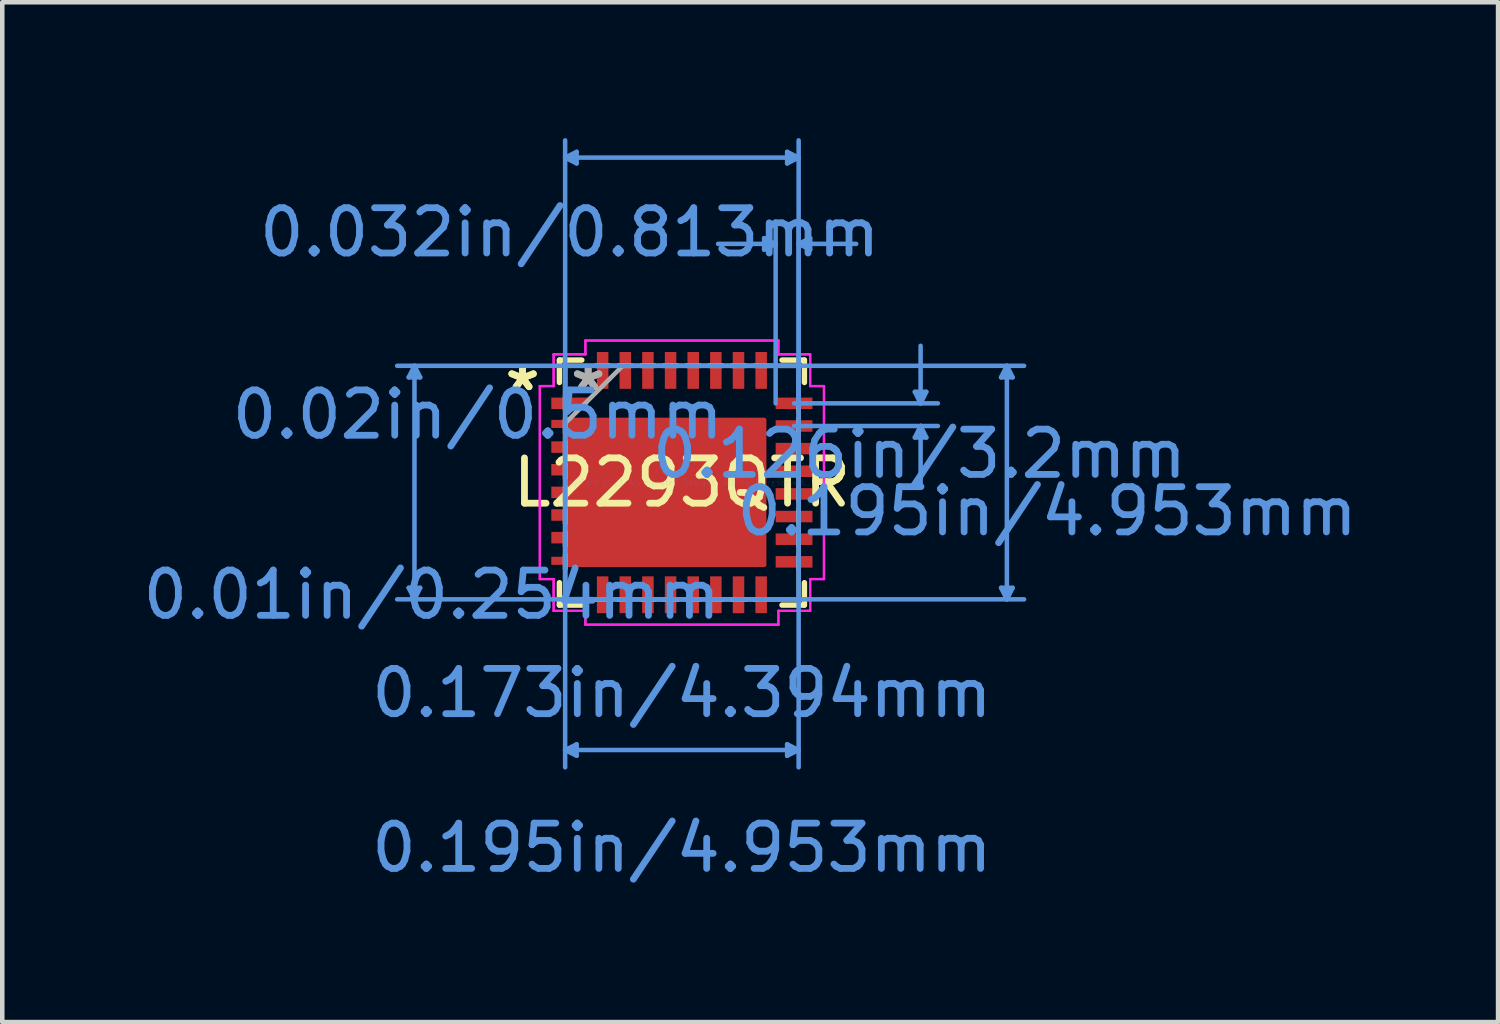
<source format=kicad_pcb>
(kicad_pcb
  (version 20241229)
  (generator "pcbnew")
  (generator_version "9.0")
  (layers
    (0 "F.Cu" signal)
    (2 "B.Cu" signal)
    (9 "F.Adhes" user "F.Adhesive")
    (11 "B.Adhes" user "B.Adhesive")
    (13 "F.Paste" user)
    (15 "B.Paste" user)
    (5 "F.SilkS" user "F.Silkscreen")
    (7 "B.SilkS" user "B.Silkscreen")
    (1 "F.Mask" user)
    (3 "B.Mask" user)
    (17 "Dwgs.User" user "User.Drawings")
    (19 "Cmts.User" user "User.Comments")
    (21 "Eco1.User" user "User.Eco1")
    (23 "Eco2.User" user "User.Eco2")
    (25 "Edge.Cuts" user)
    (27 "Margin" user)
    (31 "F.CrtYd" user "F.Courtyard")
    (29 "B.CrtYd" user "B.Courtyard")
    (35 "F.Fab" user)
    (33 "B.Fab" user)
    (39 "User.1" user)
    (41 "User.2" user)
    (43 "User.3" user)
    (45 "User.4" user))
  (footprint "L2293QTR"
    (layer "F.Cu")
    (at 12.007 7.606)
    (property "Reference" "L2293QTR" (at 0 0 0) (layer "F.SilkS") (effects (font (size 1 1) (thickness 0.15))))
    (attr through_hole)
    (fp_poly (pts (xy 1.816 -1.384) (xy 1.816 1.816) (xy -2.578 1.816) (xy -2.578 -1.384)) (stroke (width 0.1) (type solid)) (fill yes) (layer "F.Cu"))
    (fp_poly (pts (xy 1.816 -1.384) (xy 1.816 1.816) (xy -2.578 1.816) (xy -2.578 -1.384)) (stroke (width 0.1) (type solid)) (fill yes) (layer "F.Mask"))
    (fp_line (start -2.705 -2.705) (end -2.705 -2.21) (stroke (width 0.12) (type solid)) (layer "F.SilkS"))
    (fp_line (start -2.705 2.21) (end -2.705 2.705) (stroke (width 0.12) (type solid)) (layer "F.SilkS"))
    (fp_line (start -2.705 2.705) (end -2.21 2.705) (stroke (width 0.12) (type solid)) (layer "F.SilkS"))
    (fp_line (start -2.21 -2.705) (end -2.705 -2.705) (stroke (width 0.12) (type solid)) (layer "F.SilkS"))
    (fp_line (start 2.21 2.705) (end 2.705 2.705) (stroke (width 0.12) (type solid)) (layer "F.SilkS"))
    (fp_line (start 2.705 -2.705) (end 2.21 -2.705) (stroke (width 0.12) (type solid)) (layer "F.SilkS"))
    (fp_line (start 2.705 -2.21) (end 2.705 -2.705) (stroke (width 0.12) (type solid)) (layer "F.SilkS"))
    (fp_line (start 2.705 2.705) (end 2.705 2.21) (stroke (width 0.12) (type solid)) (layer "F.SilkS"))
    (fp_poly (pts (xy 1.816 -1.384) (xy 1.816 1.816) (xy -2.578 1.816) (xy -2.578 -1.384)) (stroke (width 0.1) (type solid)) (fill yes) (layer "F.Paste"))
    (fp_line (start -6.032 -2.324) (end -5.779 -2.324) (stroke (width 0.1) (type solid)) (layer "Cmts.User"))
    (fp_line (start -6.032 2.324) (end -5.779 2.324) (stroke (width 0.1) (type solid)) (layer "Cmts.User"))
    (fp_line (start -5.905 -2.578) (end -6.032 -2.324) (stroke (width 0.1) (type solid)) (layer "Cmts.User"))
    (fp_line (start -5.905 -2.578) (end -5.905 2.578) (stroke (width 0.1) (type solid)) (layer "Cmts.User"))
    (fp_line (start -5.905 -2.578) (end -5.779 -2.324) (stroke (width 0.1) (type solid)) (layer "Cmts.User"))
    (fp_line (start -5.905 2.578) (end -6.032 2.324) (stroke (width 0.1) (type solid)) (layer "Cmts.User"))
    (fp_line (start -5.905 2.578) (end -5.779 2.324) (stroke (width 0.1) (type solid)) (layer "Cmts.User"))
    (fp_line (start -2.578 -7.176) (end -2.324 -7.303) (stroke (width 0.1) (type solid)) (layer "Cmts.User"))
    (fp_line (start -2.578 -7.176) (end -2.324 -7.048) (stroke (width 0.1) (type solid)) (layer "Cmts.User"))
    (fp_line (start -2.578 -7.176) (end 2.578 -7.176) (stroke (width 0.1) (type solid)) (layer "Cmts.User"))
    (fp_line (start -2.578 -2.578) (end -2.578 6.287) (stroke (width 0.1) (type solid)) (layer "Cmts.User"))
    (fp_line (start -2.578 -1.75) (end -2.578 -7.556) (stroke (width 0.1) (type solid)) (layer "Cmts.User"))
    (fp_line (start -2.578 5.905) (end -2.324 5.779) (stroke (width 0.1) (type solid)) (layer "Cmts.User"))
    (fp_line (start -2.578 5.905) (end -2.324 6.032) (stroke (width 0.1) (type solid)) (layer "Cmts.User"))
    (fp_line (start -2.578 5.905) (end 2.578 5.905) (stroke (width 0.1) (type solid)) (layer "Cmts.User"))
    (fp_line (start -2.324 -7.303) (end -2.324 -7.048) (stroke (width 0.1) (type solid)) (layer "Cmts.User"))
    (fp_line (start -2.324 5.779) (end -2.324 6.032) (stroke (width 0.1) (type solid)) (layer "Cmts.User"))
    (fp_line (start 1.75 -2.578) (end 7.556 -2.578) (stroke (width 0.1) (type solid)) (layer "Cmts.User"))
    (fp_line (start 1.75 2.578) (end 7.556 2.578) (stroke (width 0.1) (type solid)) (layer "Cmts.User"))
    (fp_line (start 1.816 -5.397) (end 1.816 -5.144) (stroke (width 0.1) (type solid)) (layer "Cmts.User"))
    (fp_line (start 2.07 -5.271) (end 0.8 -5.271) (stroke (width 0.1) (type solid)) (layer "Cmts.User"))
    (fp_line (start 2.07 -5.271) (end 1.816 -5.397) (stroke (width 0.1) (type solid)) (layer "Cmts.User"))
    (fp_line (start 2.07 -5.271) (end 1.816 -5.144) (stroke (width 0.1) (type solid)) (layer "Cmts.User"))
    (fp_line (start 2.07 -1.75) (end 2.07 -5.652) (stroke (width 0.1) (type solid)) (layer "Cmts.User"))
    (fp_line (start 2.324 -7.303) (end 2.324 -7.048) (stroke (width 0.1) (type solid)) (layer "Cmts.User"))
    (fp_line (start 2.324 5.779) (end 2.324 6.032) (stroke (width 0.1) (type solid)) (layer "Cmts.User"))
    (fp_line (start 2.477 -1.75) (end 5.652 -1.75) (stroke (width 0.1) (type solid)) (layer "Cmts.User"))
    (fp_line (start 2.477 -1.25) (end 5.652 -1.25) (stroke (width 0.1) (type solid)) (layer "Cmts.User"))
    (fp_line (start 2.578 -7.176) (end 2.324 -7.303) (stroke (width 0.1) (type solid)) (layer "Cmts.User"))
    (fp_line (start 2.578 -7.176) (end 2.324 -7.048) (stroke (width 0.1) (type solid)) (layer "Cmts.User"))
    (fp_line (start 2.578 -5.271) (end 2.832 -5.397) (stroke (width 0.1) (type solid)) (layer "Cmts.User"))
    (fp_line (start 2.578 -5.271) (end 2.832 -5.144) (stroke (width 0.1) (type solid)) (layer "Cmts.User"))
    (fp_line (start 2.578 -5.271) (end 3.848 -5.271) (stroke (width 0.1) (type solid)) (layer "Cmts.User"))
    (fp_line (start 2.578 -2.578) (end -6.287 -2.578) (stroke (width 0.1) (type solid)) (layer "Cmts.User"))
    (fp_line (start 2.578 -2.578) (end 2.578 6.287) (stroke (width 0.1) (type solid)) (layer "Cmts.User"))
    (fp_line (start 2.578 -1.75) (end 2.578 -7.556) (stroke (width 0.1) (type solid)) (layer "Cmts.User"))
    (fp_line (start 2.578 -1.75) (end 2.578 -5.652) (stroke (width 0.1) (type solid)) (layer "Cmts.User"))
    (fp_line (start 2.578 2.578) (end -6.287 2.578) (stroke (width 0.1) (type solid)) (layer "Cmts.User"))
    (fp_line (start 2.578 5.905) (end 2.324 5.779) (stroke (width 0.1) (type solid)) (layer "Cmts.User"))
    (fp_line (start 2.578 5.905) (end 2.324 6.032) (stroke (width 0.1) (type solid)) (layer "Cmts.User"))
    (fp_line (start 2.832 -5.397) (end 2.832 -5.144) (stroke (width 0.1) (type solid)) (layer "Cmts.User"))
    (fp_line (start 5.144 -2.004) (end 5.397 -2.004) (stroke (width 0.1) (type solid)) (layer "Cmts.User"))
    (fp_line (start 5.144 -0.996) (end 5.397 -0.996) (stroke (width 0.1) (type solid)) (layer "Cmts.User"))
    (fp_line (start 5.271 -1.75) (end 5.144 -2.004) (stroke (width 0.1) (type solid)) (layer "Cmts.User"))
    (fp_line (start 5.271 -1.75) (end 5.271 -3.02) (stroke (width 0.1) (type solid)) (layer "Cmts.User"))
    (fp_line (start 5.271 -1.75) (end 5.397 -2.004) (stroke (width 0.1) (type solid)) (layer "Cmts.User"))
    (fp_line (start 5.271 -1.25) (end 5.144 -0.996) (stroke (width 0.1) (type solid)) (layer "Cmts.User"))
    (fp_line (start 5.271 -1.25) (end 5.271 0.02) (stroke (width 0.1) (type solid)) (layer "Cmts.User"))
    (fp_line (start 5.271 -1.25) (end 5.397 -0.996) (stroke (width 0.1) (type solid)) (layer "Cmts.User"))
    (fp_line (start 7.048 -2.324) (end 7.303 -2.324) (stroke (width 0.1) (type solid)) (layer "Cmts.User"))
    (fp_line (start 7.048 2.324) (end 7.303 2.324) (stroke (width 0.1) (type solid)) (layer "Cmts.User"))
    (fp_line (start 7.176 -2.578) (end 7.048 -2.324) (stroke (width 0.1) (type solid)) (layer "Cmts.User"))
    (fp_line (start 7.176 -2.578) (end 7.176 2.578) (stroke (width 0.1) (type solid)) (layer "Cmts.User"))
    (fp_line (start 7.176 -2.578) (end 7.303 -2.324) (stroke (width 0.1) (type solid)) (layer "Cmts.User"))
    (fp_line (start 7.176 2.578) (end 7.048 2.324) (stroke (width 0.1) (type solid)) (layer "Cmts.User"))
    (fp_line (start 7.176 2.578) (end 7.303 2.324) (stroke (width 0.1) (type solid)) (layer "Cmts.User"))
    (fp_line (start -3.137 -2.131) (end -2.832 -2.131) (stroke (width 0.05) (type solid)) (layer "F.CrtYd"))
    (fp_line (start -3.137 -2.131) (end -2.832 -2.131) (stroke (width 0.05) (type solid)) (layer "F.CrtYd"))
    (fp_line (start -3.137 2.131) (end -3.137 -2.131) (stroke (width 0.05) (type solid)) (layer "F.CrtYd"))
    (fp_line (start -3.137 2.131) (end -3.137 -2.131) (stroke (width 0.05) (type solid)) (layer "F.CrtYd"))
    (fp_line (start -2.832 -2.832) (end -2.131 -2.832) (stroke (width 0.05) (type solid)) (layer "F.CrtYd"))
    (fp_line (start -2.832 -2.832) (end -2.131 -2.832) (stroke (width 0.05) (type solid)) (layer "F.CrtYd"))
    (fp_line (start -2.832 -2.131) (end -2.832 -2.832) (stroke (width 0.05) (type solid)) (layer "F.CrtYd"))
    (fp_line (start -2.832 -2.131) (end -2.832 -2.832) (stroke (width 0.05) (type solid)) (layer "F.CrtYd"))
    (fp_line (start -2.832 2.131) (end -3.137 2.131) (stroke (width 0.05) (type solid)) (layer "F.CrtYd"))
    (fp_line (start -2.832 2.131) (end -3.137 2.131) (stroke (width 0.05) (type solid)) (layer "F.CrtYd"))
    (fp_line (start -2.832 2.832) (end -2.832 2.131) (stroke (width 0.05) (type solid)) (layer "F.CrtYd"))
    (fp_line (start -2.832 2.832) (end -2.832 2.131) (stroke (width 0.05) (type solid)) (layer "F.CrtYd"))
    (fp_line (start -2.131 -3.137) (end 2.131 -3.137) (stroke (width 0.05) (type solid)) (layer "F.CrtYd"))
    (fp_line (start -2.131 -3.137) (end 2.131 -3.137) (stroke (width 0.05) (type solid)) (layer "F.CrtYd"))
    (fp_line (start -2.131 -2.832) (end -2.131 -3.137) (stroke (width 0.05) (type solid)) (layer "F.CrtYd"))
    (fp_line (start -2.131 -2.832) (end -2.131 -3.137) (stroke (width 0.05) (type solid)) (layer "F.CrtYd"))
    (fp_line (start -2.131 2.832) (end -2.832 2.832) (stroke (width 0.05) (type solid)) (layer "F.CrtYd"))
    (fp_line (start -2.131 2.832) (end -2.832 2.832) (stroke (width 0.05) (type solid)) (layer "F.CrtYd"))
    (fp_line (start -2.131 3.137) (end -2.131 2.832) (stroke (width 0.05) (type solid)) (layer "F.CrtYd"))
    (fp_line (start -2.131 3.137) (end -2.131 2.832) (stroke (width 0.05) (type solid)) (layer "F.CrtYd"))
    (fp_line (start 2.131 -3.137) (end 2.131 -2.832) (stroke (width 0.05) (type solid)) (layer "F.CrtYd"))
    (fp_line (start 2.131 -3.137) (end 2.131 -2.832) (stroke (width 0.05) (type solid)) (layer "F.CrtYd"))
    (fp_line (start 2.131 -2.832) (end 2.832 -2.832) (stroke (width 0.05) (type solid)) (layer "F.CrtYd"))
    (fp_line (start 2.131 -2.832) (end 2.832 -2.832) (stroke (width 0.05) (type solid)) (layer "F.CrtYd"))
    (fp_line (start 2.131 2.832) (end 2.131 3.137) (stroke (width 0.05) (type solid)) (layer "F.CrtYd"))
    (fp_line (start 2.131 2.832) (end 2.131 3.137) (stroke (width 0.05) (type solid)) (layer "F.CrtYd"))
    (fp_line (start 2.131 3.137) (end -2.131 3.137) (stroke (width 0.05) (type solid)) (layer "F.CrtYd"))
    (fp_line (start 2.131 3.137) (end -2.131 3.137) (stroke (width 0.05) (type solid)) (layer "F.CrtYd"))
    (fp_line (start 2.832 -2.832) (end 2.832 -2.131) (stroke (width 0.05) (type solid)) (layer "F.CrtYd"))
    (fp_line (start 2.832 -2.832) (end 2.832 -2.131) (stroke (width 0.05) (type solid)) (layer "F.CrtYd"))
    (fp_line (start 2.832 -2.131) (end 3.137 -2.131) (stroke (width 0.05) (type solid)) (layer "F.CrtYd"))
    (fp_line (start 2.832 -2.131) (end 3.137 -2.131) (stroke (width 0.05) (type solid)) (layer "F.CrtYd"))
    (fp_line (start 2.832 2.131) (end 2.832 2.832) (stroke (width 0.05) (type solid)) (layer "F.CrtYd"))
    (fp_line (start 2.832 2.131) (end 2.832 2.832) (stroke (width 0.05) (type solid)) (layer "F.CrtYd"))
    (fp_line (start 2.832 2.832) (end 2.131 2.832) (stroke (width 0.05) (type solid)) (layer "F.CrtYd"))
    (fp_line (start 2.832 2.832) (end 2.131 2.832) (stroke (width 0.05) (type solid)) (layer "F.CrtYd"))
    (fp_line (start 3.137 -2.131) (end 3.137 2.131) (stroke (width 0.05) (type solid)) (layer "F.CrtYd"))
    (fp_line (start 3.137 -2.131) (end 3.137 2.131) (stroke (width 0.05) (type solid)) (layer "F.CrtYd"))
    (fp_line (start 3.137 2.131) (end 2.832 2.131) (stroke (width 0.05) (type solid)) (layer "F.CrtYd"))
    (fp_line (start 3.137 2.131) (end 2.832 2.131) (stroke (width 0.05) (type solid)) (layer "F.CrtYd"))
    (fp_line (start -2.578 -2.578) (end -2.578 -2.578) (stroke (width 0.1) (type solid)) (layer "F.Fab"))
    (fp_line (start -2.578 -2.578) (end -2.578 2.578) (stroke (width 0.1) (type solid)) (layer "F.Fab"))
    (fp_line (start -2.578 -1.902) (end -2.578 -1.902) (stroke (width 0.1) (type solid)) (layer "F.Fab"))
    (fp_line (start -2.578 -1.902) (end -2.578 -1.598) (stroke (width 0.1) (type solid)) (layer "F.Fab"))
    (fp_line (start -2.578 -1.598) (end -2.578 -1.902) (stroke (width 0.1) (type solid)) (layer "F.Fab"))
    (fp_line (start -2.578 -1.598) (end -2.578 -1.598) (stroke (width 0.1) (type solid)) (layer "F.Fab"))
    (fp_line (start -2.578 -1.402) (end -2.578 -1.402) (stroke (width 0.1) (type solid)) (layer "F.Fab"))
    (fp_line (start -2.578 -1.402) (end -2.578 -1.098) (stroke (width 0.1) (type solid)) (layer "F.Fab"))
    (fp_line (start -2.578 -1.308) (end -1.308 -2.578) (stroke (width 0.1) (type solid)) (layer "F.Fab"))
    (fp_line (start -2.578 -1.098) (end -2.578 -1.402) (stroke (width 0.1) (type solid)) (layer "F.Fab"))
    (fp_line (start -2.578 -1.098) (end -2.578 -1.098) (stroke (width 0.1) (type solid)) (layer "F.Fab"))
    (fp_line (start -2.578 -0.902) (end -2.578 -0.902) (stroke (width 0.1) (type solid)) (layer "F.Fab"))
    (fp_line (start -2.578 -0.902) (end -2.578 -0.598) (stroke (width 0.1) (type solid)) (layer "F.Fab"))
    (fp_line (start -2.578 -0.598) (end -2.578 -0.902) (stroke (width 0.1) (type solid)) (layer "F.Fab"))
    (fp_line (start -2.578 -0.598) (end -2.578 -0.598) (stroke (width 0.1) (type solid)) (layer "F.Fab"))
    (fp_line (start -2.578 -0.402) (end -2.578 -0.402) (stroke (width 0.1) (type solid)) (layer "F.Fab"))
    (fp_line (start -2.578 -0.402) (end -2.578 -0.098) (stroke (width 0.1) (type solid)) (layer "F.Fab"))
    (fp_line (start -2.578 -0.098) (end -2.578 -0.402) (stroke (width 0.1) (type solid)) (layer "F.Fab"))
    (fp_line (start -2.578 -0.098) (end -2.578 -0.098) (stroke (width 0.1) (type solid)) (layer "F.Fab"))
    (fp_line (start -2.578 0.098) (end -2.578 0.098) (stroke (width 0.1) (type solid)) (layer "F.Fab"))
    (fp_line (start -2.578 0.098) (end -2.578 0.402) (stroke (width 0.1) (type solid)) (layer "F.Fab"))
    (fp_line (start -2.578 0.402) (end -2.578 0.098) (stroke (width 0.1) (type solid)) (layer "F.Fab"))
    (fp_line (start -2.578 0.402) (end -2.578 0.402) (stroke (width 0.1) (type solid)) (layer "F.Fab"))
    (fp_line (start -2.578 0.598) (end -2.578 0.598) (stroke (width 0.1) (type solid)) (layer "F.Fab"))
    (fp_line (start -2.578 0.598) (end -2.578 0.902) (stroke (width 0.1) (type solid)) (layer "F.Fab"))
    (fp_line (start -2.578 0.902) (end -2.578 0.598) (stroke (width 0.1) (type solid)) (layer "F.Fab"))
    (fp_line (start -2.578 0.902) (end -2.578 0.902) (stroke (width 0.1) (type solid)) (layer "F.Fab"))
    (fp_line (start -2.578 1.098) (end -2.578 1.098) (stroke (width 0.1) (type solid)) (layer "F.Fab"))
    (fp_line (start -2.578 1.098) (end -2.578 1.402) (stroke (width 0.1) (type solid)) (layer "F.Fab"))
    (fp_line (start -2.578 1.402) (end -2.578 1.098) (stroke (width 0.1) (type solid)) (layer "F.Fab"))
    (fp_line (start -2.578 1.402) (end -2.578 1.402) (stroke (width 0.1) (type solid)) (layer "F.Fab"))
    (fp_line (start -2.578 1.598) (end -2.578 1.598) (stroke (width 0.1) (type solid)) (layer "F.Fab"))
    (fp_line (start -2.578 1.598) (end -2.578 1.902) (stroke (width 0.1) (type solid)) (layer "F.Fab"))
    (fp_line (start -2.578 1.902) (end -2.578 1.598) (stroke (width 0.1) (type solid)) (layer "F.Fab"))
    (fp_line (start -2.578 1.902) (end -2.578 1.902) (stroke (width 0.1) (type solid)) (layer "F.Fab"))
    (fp_line (start -2.578 2.578) (end -2.578 2.578) (stroke (width 0.1) (type solid)) (layer "F.Fab"))
    (fp_line (start -2.578 2.578) (end 2.578 2.578) (stroke (width 0.1) (type solid)) (layer "F.Fab"))
    (fp_line (start -1.902 -2.578) (end -1.902 -2.578) (stroke (width 0.1) (type solid)) (layer "F.Fab"))
    (fp_line (start -1.902 -2.578) (end -1.598 -2.578) (stroke (width 0.1) (type solid)) (layer "F.Fab"))
    (fp_line (start -1.902 2.578) (end -1.902 2.578) (stroke (width 0.1) (type solid)) (layer "F.Fab"))
    (fp_line (start -1.902 2.578) (end -1.598 2.578) (stroke (width 0.1) (type solid)) (layer "F.Fab"))
    (fp_line (start -1.598 -2.578) (end -1.902 -2.578) (stroke (width 0.1) (type solid)) (layer "F.Fab"))
    (fp_line (start -1.598 -2.578) (end -1.598 -2.578) (stroke (width 0.1) (type solid)) (layer "F.Fab"))
    (fp_line (start -1.598 2.578) (end -1.902 2.578) (stroke (width 0.1) (type solid)) (layer "F.Fab"))
    (fp_line (start -1.598 2.578) (end -1.598 2.578) (stroke (width 0.1) (type solid)) (layer "F.Fab"))
    (fp_line (start -1.402 -2.578) (end -1.402 -2.578) (stroke (width 0.1) (type solid)) (layer "F.Fab"))
    (fp_line (start -1.402 -2.578) (end -1.098 -2.578) (stroke (width 0.1) (type solid)) (layer "F.Fab"))
    (fp_line (start -1.402 2.578) (end -1.402 2.578) (stroke (width 0.1) (type solid)) (layer "F.Fab"))
    (fp_line (start -1.402 2.578) (end -1.098 2.578) (stroke (width 0.1) (type solid)) (layer "F.Fab"))
    (fp_line (start -1.098 -2.578) (end -1.402 -2.578) (stroke (width 0.1) (type solid)) (layer "F.Fab"))
    (fp_line (start -1.098 -2.578) (end -1.098 -2.578) (stroke (width 0.1) (type solid)) (layer "F.Fab"))
    (fp_line (start -1.098 2.578) (end -1.402 2.578) (stroke (width 0.1) (type solid)) (layer "F.Fab"))
    (fp_line (start -1.098 2.578) (end -1.098 2.578) (stroke (width 0.1) (type solid)) (layer "F.Fab"))
    (fp_line (start -0.902 -2.578) (end -0.902 -2.578) (stroke (width 0.1) (type solid)) (layer "F.Fab"))
    (fp_line (start -0.902 -2.578) (end -0.598 -2.578) (stroke (width 0.1) (type solid)) (layer "F.Fab"))
    (fp_line (start -0.902 2.578) (end -0.902 2.578) (stroke (width 0.1) (type solid)) (layer "F.Fab"))
    (fp_line (start -0.902 2.578) (end -0.598 2.578) (stroke (width 0.1) (type solid)) (layer "F.Fab"))
    (fp_line (start -0.598 -2.578) (end -0.902 -2.578) (stroke (width 0.1) (type solid)) (layer "F.Fab"))
    (fp_line (start -0.598 -2.578) (end -0.598 -2.578) (stroke (width 0.1) (type solid)) (layer "F.Fab"))
    (fp_line (start -0.598 2.578) (end -0.902 2.578) (stroke (width 0.1) (type solid)) (layer "F.Fab"))
    (fp_line (start -0.598 2.578) (end -0.598 2.578) (stroke (width 0.1) (type solid)) (layer "F.Fab"))
    (fp_line (start -0.402 -2.578) (end -0.402 -2.578) (stroke (width 0.1) (type solid)) (layer "F.Fab"))
    (fp_line (start -0.402 -2.578) (end -0.098 -2.578) (stroke (width 0.1) (type solid)) (layer "F.Fab"))
    (fp_line (start -0.402 2.578) (end -0.402 2.578) (stroke (width 0.1) (type solid)) (layer "F.Fab"))
    (fp_line (start -0.402 2.578) (end -0.098 2.578) (stroke (width 0.1) (type solid)) (layer "F.Fab"))
    (fp_line (start -0.098 -2.578) (end -0.402 -2.578) (stroke (width 0.1) (type solid)) (layer "F.Fab"))
    (fp_line (start -0.098 -2.578) (end -0.098 -2.578) (stroke (width 0.1) (type solid)) (layer "F.Fab"))
    (fp_line (start -0.098 2.578) (end -0.402 2.578) (stroke (width 0.1) (type solid)) (layer "F.Fab"))
    (fp_line (start -0.098 2.578) (end -0.098 2.578) (stroke (width 0.1) (type solid)) (layer "F.Fab"))
    (fp_line (start 0.098 -2.578) (end 0.098 -2.578) (stroke (width 0.1) (type solid)) (layer "F.Fab"))
    (fp_line (start 0.098 -2.578) (end 0.402 -2.578) (stroke (width 0.1) (type solid)) (layer "F.Fab"))
    (fp_line (start 0.098 2.578) (end 0.098 2.578) (stroke (width 0.1) (type solid)) (layer "F.Fab"))
    (fp_line (start 0.098 2.578) (end 0.402 2.578) (stroke (width 0.1) (type solid)) (layer "F.Fab"))
    (fp_line (start 0.402 -2.578) (end 0.098 -2.578) (stroke (width 0.1) (type solid)) (layer "F.Fab"))
    (fp_line (start 0.402 -2.578) (end 0.402 -2.578) (stroke (width 0.1) (type solid)) (layer "F.Fab"))
    (fp_line (start 0.402 2.578) (end 0.098 2.578) (stroke (width 0.1) (type solid)) (layer "F.Fab"))
    (fp_line (start 0.402 2.578) (end 0.402 2.578) (stroke (width 0.1) (type solid)) (layer "F.Fab"))
    (fp_line (start 0.598 -2.578) (end 0.598 -2.578) (stroke (width 0.1) (type solid)) (layer "F.Fab"))
    (fp_line (start 0.598 -2.578) (end 0.902 -2.578) (stroke (width 0.1) (type solid)) (layer "F.Fab"))
    (fp_line (start 0.598 2.578) (end 0.598 2.578) (stroke (width 0.1) (type solid)) (layer "F.Fab"))
    (fp_line (start 0.598 2.578) (end 0.902 2.578) (stroke (width 0.1) (type solid)) (layer "F.Fab"))
    (fp_line (start 0.902 -2.578) (end 0.598 -2.578) (stroke (width 0.1) (type solid)) (layer "F.Fab"))
    (fp_line (start 0.902 -2.578) (end 0.902 -2.578) (stroke (width 0.1) (type solid)) (layer "F.Fab"))
    (fp_line (start 0.902 2.578) (end 0.598 2.578) (stroke (width 0.1) (type solid)) (layer "F.Fab"))
    (fp_line (start 0.902 2.578) (end 0.902 2.578) (stroke (width 0.1) (type solid)) (layer "F.Fab"))
    (fp_line (start 1.098 -2.578) (end 1.098 -2.578) (stroke (width 0.1) (type solid)) (layer "F.Fab"))
    (fp_line (start 1.098 -2.578) (end 1.402 -2.578) (stroke (width 0.1) (type solid)) (layer "F.Fab"))
    (fp_line (start 1.098 2.578) (end 1.098 2.578) (stroke (width 0.1) (type solid)) (layer "F.Fab"))
    (fp_line (start 1.098 2.578) (end 1.402 2.578) (stroke (width 0.1) (type solid)) (layer "F.Fab"))
    (fp_line (start 1.402 -2.578) (end 1.098 -2.578) (stroke (width 0.1) (type solid)) (layer "F.Fab"))
    (fp_line (start 1.402 -2.578) (end 1.402 -2.578) (stroke (width 0.1) (type solid)) (layer "F.Fab"))
    (fp_line (start 1.402 2.578) (end 1.098 2.578) (stroke (width 0.1) (type solid)) (layer "F.Fab"))
    (fp_line (start 1.402 2.578) (end 1.402 2.578) (stroke (width 0.1) (type solid)) (layer "F.Fab"))
    (fp_line (start 1.598 -2.578) (end 1.598 -2.578) (stroke (width 0.1) (type solid)) (layer "F.Fab"))
    (fp_line (start 1.598 -2.578) (end 1.902 -2.578) (stroke (width 0.1) (type solid)) (layer "F.Fab"))
    (fp_line (start 1.598 2.578) (end 1.598 2.578) (stroke (width 0.1) (type solid)) (layer "F.Fab"))
    (fp_line (start 1.598 2.578) (end 1.902 2.578) (stroke (width 0.1) (type solid)) (layer "F.Fab"))
    (fp_line (start 1.902 -2.578) (end 1.598 -2.578) (stroke (width 0.1) (type solid)) (layer "F.Fab"))
    (fp_line (start 1.902 -2.578) (end 1.902 -2.578) (stroke (width 0.1) (type solid)) (layer "F.Fab"))
    (fp_line (start 1.902 2.578) (end 1.598 2.578) (stroke (width 0.1) (type solid)) (layer "F.Fab"))
    (fp_line (start 1.902 2.578) (end 1.902 2.578) (stroke (width 0.1) (type solid)) (layer "F.Fab"))
    (fp_line (start 2.578 -2.578) (end -2.578 -2.578) (stroke (width 0.1) (type solid)) (layer "F.Fab"))
    (fp_line (start 2.578 -2.578) (end 2.578 -2.578) (stroke (width 0.1) (type solid)) (layer "F.Fab"))
    (fp_line (start 2.578 -1.902) (end 2.578 -1.902) (stroke (width 0.1) (type solid)) (layer "F.Fab"))
    (fp_line (start 2.578 -1.902) (end 2.578 -1.598) (stroke (width 0.1) (type solid)) (layer "F.Fab"))
    (fp_line (start 2.578 -1.598) (end 2.578 -1.902) (stroke (width 0.1) (type solid)) (layer "F.Fab"))
    (fp_line (start 2.578 -1.598) (end 2.578 -1.598) (stroke (width 0.1) (type solid)) (layer "F.Fab"))
    (fp_line (start 2.578 -1.402) (end 2.578 -1.402) (stroke (width 0.1) (type solid)) (layer "F.Fab"))
    (fp_line (start 2.578 -1.402) (end 2.578 -1.098) (stroke (width 0.1) (type solid)) (layer "F.Fab"))
    (fp_line (start 2.578 -1.098) (end 2.578 -1.402) (stroke (width 0.1) (type solid)) (layer "F.Fab"))
    (fp_line (start 2.578 -1.098) (end 2.578 -1.098) (stroke (width 0.1) (type solid)) (layer "F.Fab"))
    (fp_line (start 2.578 -0.902) (end 2.578 -0.902) (stroke (width 0.1) (type solid)) (layer "F.Fab"))
    (fp_line (start 2.578 -0.902) (end 2.578 -0.598) (stroke (width 0.1) (type solid)) (layer "F.Fab"))
    (fp_line (start 2.578 -0.598) (end 2.578 -0.902) (stroke (width 0.1) (type solid)) (layer "F.Fab"))
    (fp_line (start 2.578 -0.598) (end 2.578 -0.598) (stroke (width 0.1) (type solid)) (layer "F.Fab"))
    (fp_line (start 2.578 -0.402) (end 2.578 -0.402) (stroke (width 0.1) (type solid)) (layer "F.Fab"))
    (fp_line (start 2.578 -0.402) (end 2.578 -0.098) (stroke (width 0.1) (type solid)) (layer "F.Fab"))
    (fp_line (start 2.578 -0.098) (end 2.578 -0.402) (stroke (width 0.1) (type solid)) (layer "F.Fab"))
    (fp_line (start 2.578 -0.098) (end 2.578 -0.098) (stroke (width 0.1) (type solid)) (layer "F.Fab"))
    (fp_line (start 2.578 0.098) (end 2.578 0.098) (stroke (width 0.1) (type solid)) (layer "F.Fab"))
    (fp_line (start 2.578 0.098) (end 2.578 0.402) (stroke (width 0.1) (type solid)) (layer "F.Fab"))
    (fp_line (start 2.578 0.402) (end 2.578 0.098) (stroke (width 0.1) (type solid)) (layer "F.Fab"))
    (fp_line (start 2.578 0.402) (end 2.578 0.402) (stroke (width 0.1) (type solid)) (layer "F.Fab"))
    (fp_line (start 2.578 0.598) (end 2.578 0.598) (stroke (width 0.1) (type solid)) (layer "F.Fab"))
    (fp_line (start 2.578 0.598) (end 2.578 0.902) (stroke (width 0.1) (type solid)) (layer "F.Fab"))
    (fp_line (start 2.578 0.902) (end 2.578 0.598) (stroke (width 0.1) (type solid)) (layer "F.Fab"))
    (fp_line (start 2.578 0.902) (end 2.578 0.902) (stroke (width 0.1) (type solid)) (layer "F.Fab"))
    (fp_line (start 2.578 1.098) (end 2.578 1.098) (stroke (width 0.1) (type solid)) (layer "F.Fab"))
    (fp_line (start 2.578 1.098) (end 2.578 1.402) (stroke (width 0.1) (type solid)) (layer "F.Fab"))
    (fp_line (start 2.578 1.402) (end 2.578 1.098) (stroke (width 0.1) (type solid)) (layer "F.Fab"))
    (fp_line (start 2.578 1.402) (end 2.578 1.402) (stroke (width 0.1) (type solid)) (layer "F.Fab"))
    (fp_line (start 2.578 1.598) (end 2.578 1.598) (stroke (width 0.1) (type solid)) (layer "F.Fab"))
    (fp_line (start 2.578 1.598) (end 2.578 1.902) (stroke (width 0.1) (type solid)) (layer "F.Fab"))
    (fp_line (start 2.578 1.902) (end 2.578 1.598) (stroke (width 0.1) (type solid)) (layer "F.Fab"))
    (fp_line (start 2.578 1.902) (end 2.578 1.902) (stroke (width 0.1) (type solid)) (layer "F.Fab"))
    (fp_line (start 2.578 2.578) (end 2.578 -2.578) (stroke (width 0.1) (type solid)) (layer "F.Fab"))
    (fp_line (start 2.578 2.578) (end 2.578 2.578) (stroke (width 0.1) (type solid)) (layer "F.Fab"))
    (fp_text user "*" (at -3.518 -2 0) (layer "F.SilkS") (effects (font (size 1 1) (thickness 0.15))))
    (fp_text user "*" (at -3.518 -2 0) (layer "F.SilkS") (effects (font (size 1 1) (thickness 0.15))))
    (fp_text user "0.01in/0.254mm" (at -5.524 2.477 0) (layer "Cmts.User") (effects (font (size 1 1) (thickness 0.15))))
    (fp_text user "0.173in/4.394mm" (at 0 4.648 0) (layer "Cmts.User") (effects (font (size 1 1) (thickness 0.15))))
    (fp_text user "0.032in/0.813mm" (at -2.477 -5.524 0) (layer "Cmts.User") (effects (font (size 1 1) (thickness 0.15))))
    (fp_text user "0.126in/3.2mm" (at 5.245 -0.635 0) (layer "Cmts.User") (effects (font (size 1 1) (thickness 0.15))))
    (fp_text user "0.195in/4.953mm" (at 0 8.065 0) (layer "Cmts.User") (effects (font (size 1 1) (thickness 0.15))))
    (fp_text user "Copyright 2021 Accelerated Designs. All rights reserved." (at 0 0 0) (layer "Cmts.User") (effects (font (size 0.127 0.127) (thickness 0.002))))
    (fp_text user "0.195in/4.953mm" (at 8.065 0.635 0) (layer "Cmts.User") (effects (font (size 1 1) (thickness 0.15))))
    (fp_text user "0.02in/0.5mm" (at -4.508 -1.5 0) (layer "Cmts.User") (effects (font (size 1 1) (thickness 0.15))))
    (fp_text user "*" (at -2.07 -2 0) (layer "F.Fab") (effects (font (size 1 1) (thickness 0.15))))
    (fp_text user "*" (at -2.07 -2 0) (layer "F.Fab") (effects (font (size 1 1) (thickness 0.15))))
    (pad "1" smd rect (at -2.477 -1.75 90) (size 0.254 0.813) (layers "F.Cu" "F.Mask" "F.Paste"))
    (pad "2" smd rect (at -2.477 -1.295 90) (size 0.178 0.813) (layers "F.Cu" "F.Mask" "F.Paste"))
    (pad "3" smd rect (at -2.477 -0.784 90) (size 0.254 0.813) (layers "F.Cu" "F.Mask" "F.Paste"))
    (pad "4" smd rect (at -2.477 -0.284 90) (size 0.254 0.813) (layers "F.Cu" "F.Mask" "F.Paste"))
    (pad "5" smd rect (at -2.477 0.216 90) (size 0.254 0.813) (layers "F.Cu" "F.Mask" "F.Paste"))
    (pad "6" smd rect (at -2.477 0.716 90) (size 0.254 0.813) (layers "F.Cu" "F.Mask" "F.Paste"))
    (pad "7" smd rect (at -2.477 1.216 90) (size 0.254 0.813) (layers "F.Cu" "F.Mask" "F.Paste"))
    (pad "8" smd rect (at -2.477 1.727 90) (size 0.178 0.813) (layers "F.Cu" "F.Mask" "F.Paste"))
    (pad "9" smd rect (at -1.75 2.477) (size 0.254 0.813) (layers "F.Cu" "F.Mask" "F.Paste"))
    (pad "10" smd rect (at -1.25 2.477) (size 0.254 0.813) (layers "F.Cu" "F.Mask" "F.Paste"))
    (pad "11" smd rect (at -0.75 2.477) (size 0.254 0.813) (layers "F.Cu" "F.Mask" "F.Paste"))
    (pad "12" smd rect (at -0.25 2.477) (size 0.254 0.813) (layers "F.Cu" "F.Mask" "F.Paste"))
    (pad "13" smd rect (at 0.25 2.477) (size 0.254 0.813) (layers "F.Cu" "F.Mask" "F.Paste"))
    (pad "14" smd rect (at 0.75 2.477) (size 0.254 0.813) (layers "F.Cu" "F.Mask" "F.Paste"))
    (pad "15" smd rect (at 1.25 2.477) (size 0.254 0.813) (layers "F.Cu" "F.Mask" "F.Paste"))
    (pad "16" smd rect (at 1.75 2.477) (size 0.254 0.813) (layers "F.Cu" "F.Mask" "F.Paste"))
    (pad "17" smd rect (at 2.477 1.75 90) (size 0.254 0.813) (layers "F.Cu" "F.Mask" "F.Paste"))
    (pad "18" smd rect (at 2.477 1.25 90) (size 0.254 0.813) (layers "F.Cu" "F.Mask" "F.Paste"))
    (pad "19" smd rect (at 2.477 0.75 90) (size 0.254 0.813) (layers "F.Cu" "F.Mask" "F.Paste"))
    (pad "20" smd rect (at 2.477 0.25 90) (size 0.254 0.813) (layers "F.Cu" "F.Mask" "F.Paste"))
    (pad "21" smd rect (at 2.477 -0.25 90) (size 0.254 0.813) (layers "F.Cu" "F.Mask" "F.Paste"))
    (pad "22" smd rect (at 2.477 -0.75 90) (size 0.254 0.813) (layers "F.Cu" "F.Mask" "F.Paste"))
    (pad "23" smd rect (at 2.477 -1.25 90) (size 0.254 0.813) (layers "F.Cu" "F.Mask" "F.Paste"))
    (pad "24" smd rect (at 2.477 -1.75 90) (size 0.254 0.813) (layers "F.Cu" "F.Mask" "F.Paste"))
    (pad "25" smd rect (at 1.75 -2.477) (size 0.254 0.813) (layers "F.Cu" "F.Mask" "F.Paste"))
    (pad "26" smd rect (at 1.25 -2.477) (size 0.254 0.813) (layers "F.Cu" "F.Mask" "F.Paste"))
    (pad "27" smd rect (at 0.75 -2.477) (size 0.254 0.813) (layers "F.Cu" "F.Mask" "F.Paste"))
    (pad "28" smd rect (at 0.25 -2.477) (size 0.254 0.813) (layers "F.Cu" "F.Mask" "F.Paste"))
    (pad "29" smd rect (at -0.25 -2.477) (size 0.254 0.813) (layers "F.Cu" "F.Mask" "F.Paste"))
    (pad "30" smd rect (at -0.75 -2.477) (size 0.254 0.813) (layers "F.Cu" "F.Mask" "F.Paste"))
    (pad "31" smd rect (at -1.25 -2.477) (size 0.254 0.813) (layers "F.Cu" "F.Mask" "F.Paste"))
    (pad "32" smd rect (at -1.75 -2.477) (size 0.254 0.813) (layers "F.Cu" "F.Mask" "F.Paste")))
  (gr_rect
    (start -3 -3)
    (end 30.029 19.519)
    (stroke (width 0.1) (type default))
    (fill no)
    (layer "Edge.Cuts")))
</source>
